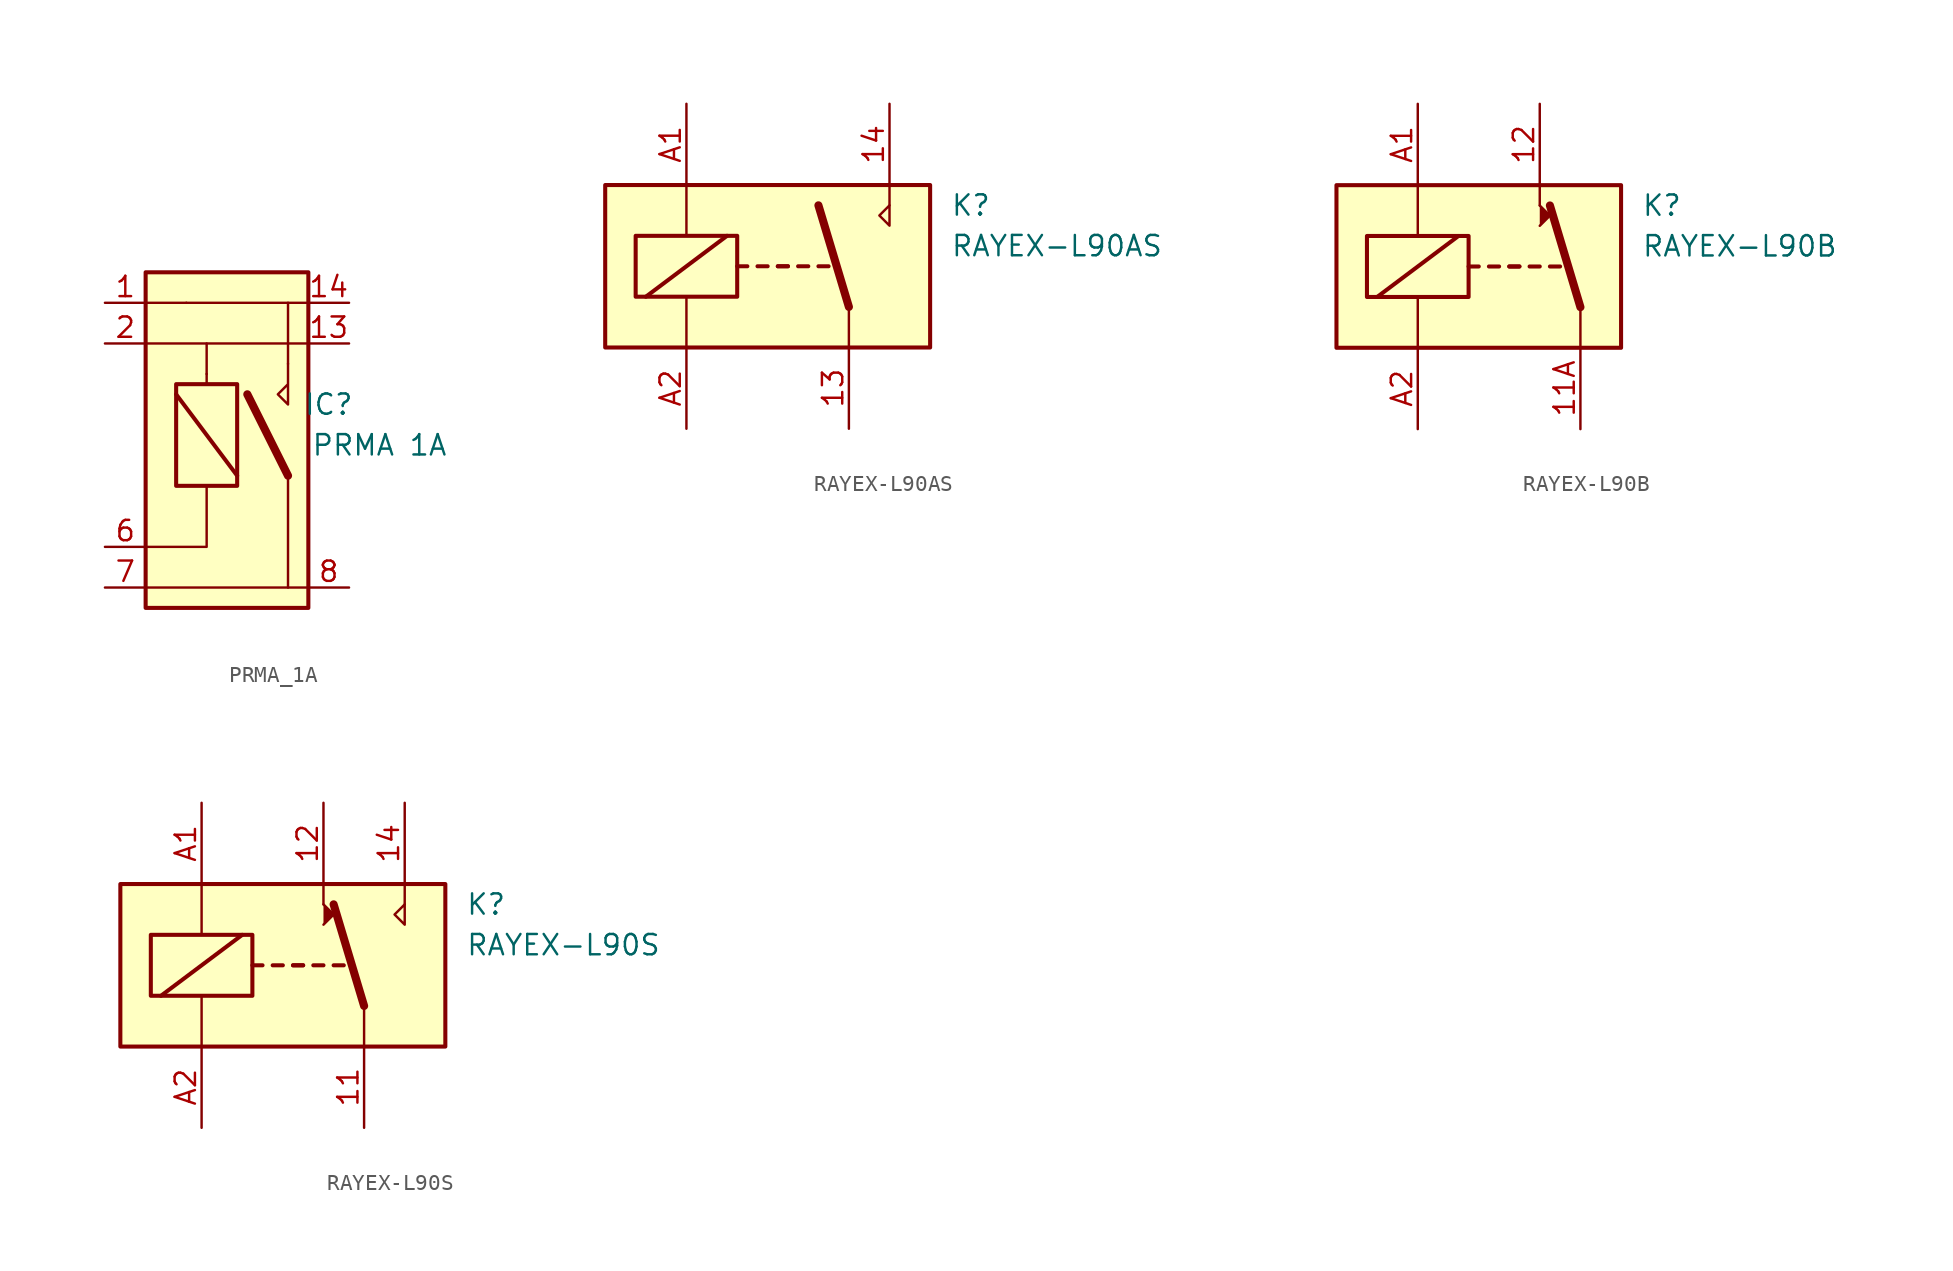
<source format=kicad_sym>
(kicad_symbol_lib
  (version 20231120)
  (generator "kicad_symbol_editor")
  (generator_version "8.0")
  (symbol "PRMA_1A"
    (property "Reference" "IC"
      (at 6.35 1.27 0)
      (effects (font (size 1.27 1.27))))
    (property "Value" "PRMA 1A"
      (at 9.525 -1.27 0)
      (effects (font (size 1.27 1.27))))
    (symbol "PRMA_1A_0_0"
      (polyline (pts (xy 3.81 3.81) (xy 3.81 1.27) (xy 3.175 1.905) (xy 3.81 2.54)) (stroke (width 0) (type default)) (fill (type none))))
    (symbol "PRMA_1A_0_1"
      (rectangle (start -5.08 9.525) (end 5.08 -11.43) (stroke (width 0.254) (type default)) (fill (type background)))
      (polyline (pts (xy -5.08 -10.16) (xy 5.08 -10.16)) (stroke (width 0) (type default)) (fill (type none)))
      (polyline (pts (xy -3.175 1.905) (xy 0.635 -3.175)) (stroke (width 0.254) (type default)) (fill (type none)))
      (polyline (pts (xy -2.54 7.62) (xy -5.08 7.62)) (stroke (width 0) (type default)) (fill (type none)))
      (polyline (pts (xy -2.54 7.62) (xy 5.08 7.62)) (stroke (width 0) (type default)) (fill (type none)))
      (polyline (pts (xy -1.27 3.175) (xy -1.27 2.54)) (stroke (width 0) (type default)) (fill (type none)))
      (polyline (pts (xy -1.27 5.08) (xy 5.08 5.08)) (stroke (width 0) (type default)) (fill (type none)))
      (polyline (pts (xy 3.81 -3.175) (xy 1.27 1.905)) (stroke (width 0.508) (type default)) (fill (type none)))
      (polyline (pts (xy 3.81 -3.175) (xy 3.81 -10.16)) (stroke (width 0) (type default)) (fill (type none)))
      (polyline (pts (xy 3.81 3.81) (xy 3.81 7.62)) (stroke (width 0) (type default)) (fill (type none)))
      (polyline (pts (xy -1.27 -3.81) (xy -1.27 -7.62) (xy -5.08 -7.62)) (stroke (width 0) (type default)) (fill (type none)))
      (polyline (pts (xy -1.27 3.175) (xy -1.27 5.08) (xy -5.08 5.08)) (stroke (width 0) (type default)) (fill (type none)))
      (rectangle (start 0.635 2.54) (end -3.175 -3.81) (stroke (width 0.254) (type default)) (fill (type none))))
    (symbol "PRMA_1A_1_1"
      (pin passive line (at -7.62 7.62 0) (length 2.54) (name "~" (effects (font (size 1.27 1.27)))) (number "1" (effects (font (size 1.27 1.27)))))
      (pin passive line (at 7.62 5.08 180) (length 2.54) (name "~" (effects (font (size 1.27 1.27)))) (number "13" (effects (font (size 1.27 1.27)))))
      (pin passive line (at 7.62 7.62 180) (length 2.54) (name "~" (effects (font (size 1.27 1.27)))) (number "14" (effects (font (size 1.27 1.27)))))
      (pin passive line (at 7.62 10.16 180) (length 2.54) hide (name "~" (effects (font (size 1.27 1.27)))) (number "14" (effects (font (size 1.27 1.27)))))
      (pin passive line (at -7.62 5.08 0) (length 2.54) (name "~" (effects (font (size 1.27 1.27)))) (number "2" (effects (font (size 1.27 1.27)))))
      (pin passive line (at -7.62 -7.62 0) (length 2.54) (name "~" (effects (font (size 1.27 1.27)))) (number "6" (effects (font (size 1.27 1.27)))))
      (pin passive line (at -7.62 -10.16 0) (length 2.54) (name "~" (effects (font (size 1.27 1.27)))) (number "7" (effects (font (size 1.27 1.27)))))
      (pin passive line (at -1.27 19.05 180) (length 2.54) hide (name "~" (effects (font (size 1.27 1.27)))) (number "8" (effects (font (size 1.27 1.27)))))
      (pin passive line (at 7.62 -10.16 180) (length 2.54) (name "~" (effects (font (size 1.27 1.27)))) (number "8" (effects (font (size 1.27 1.27)))))))
  (symbol "RAYEX-L90AS"
    (property "Reference" "K"
      (at 11.43 3.81 0)
      (effects (font (size 1.27 1.27)) (justify left)))
    (property "Value" "RAYEX-L90AS"
      (at 11.43 1.27 0)
      (effects (font (size 1.27 1.27)) (justify left)))
    (symbol "RAYEX-L90AS_1_0"
      (polyline (pts (xy 7.62 3.81) (xy 7.62 5.08)) (stroke (width 0) (type default)) (fill (type none)))
      (polyline (pts (xy 7.62 3.81) (xy 7.62 2.54) (xy 6.985 3.175) (xy 7.62 3.81)) (stroke (width 0) (type default)) (fill (type none))))
    (symbol "RAYEX-L90AS_1_1"
      (rectangle (start -10.16 5.08) (end 10.16 -5.08) (stroke (width 0.254) (type default)) (fill (type background)))
      (rectangle (start -8.255 1.905) (end -1.905 -1.905) (stroke (width 0.254) (type default)) (fill (type none)))
      (polyline (pts (xy -7.62 -1.905) (xy -2.54 1.905)) (stroke (width 0.254) (type default)) (fill (type none)))
      (polyline (pts (xy -5.08 -5.08) (xy -5.08 -1.905)) (stroke (width 0) (type default)) (fill (type none)))
      (polyline (pts (xy -5.08 5.08) (xy -5.08 1.905)) (stroke (width 0) (type default)) (fill (type none)))
      (polyline (pts (xy -1.905 0) (xy -1.27 0)) (stroke (width 0.254) (type default)) (fill (type none)))
      (polyline (pts (xy -0.635 0) (xy 0 0)) (stroke (width 0.254) (type default)) (fill (type none)))
      (polyline (pts (xy 0.635 0) (xy 1.27 0)) (stroke (width 0.254) (type default)) (fill (type none)))
      (polyline (pts (xy 0.635 0) (xy 1.27 0)) (stroke (width 0.254) (type default)) (fill (type none)))
      (polyline (pts (xy 1.905 0) (xy 2.54 0)) (stroke (width 0.254) (type default)) (fill (type none)))
      (polyline (pts (xy 3.175 0) (xy 3.81 0)) (stroke (width 0.254) (type default)) (fill (type none)))
      (polyline (pts (xy 5.08 -2.54) (xy 3.175 3.81)) (stroke (width 0.508) (type default)) (fill (type none)))
      (polyline (pts (xy 5.08 -2.54) (xy 5.08 -5.08)) (stroke (width 0) (type default)) (fill (type none)))
      (pin passive line (at 5.08 -10.16 90) (length 5.08) (name "~" (effects (font (size 1.27 1.27)))) (number "13" (effects (font (size 1.27 1.27)))))
      (pin passive line (at 7.62 10.16 270) (length 5.08) (name "~" (effects (font (size 1.27 1.27)))) (number "14" (effects (font (size 1.27 1.27)))))
      (pin passive line (at -5.08 10.16 270) (length 5.08) (name "~" (effects (font (size 1.27 1.27)))) (number "A1" (effects (font (size 1.27 1.27)))))
      (pin passive line (at -5.08 -10.16 90) (length 5.08) (name "~" (effects (font (size 1.27 1.27)))) (number "A2" (effects (font (size 1.27 1.27)))))))
  (symbol "RAYEX-L90B"
    (property "Reference" "K"
      (at 8.89 3.81 0)
      (effects (font (size 1.27 1.27)) (justify left)))
    (property "Value" "RAYEX-L90B"
      (at 8.89 1.27 0)
      (effects (font (size 1.27 1.27)) (justify left)))
    (symbol "RAYEX-L90B_1_0"
      (polyline (pts (xy 2.54 3.81) (xy 2.54 5.08)) (stroke (width 0) (type default)) (fill (type none))))
    (symbol "RAYEX-L90B_1_1"
      (rectangle (start -10.16 5.08) (end 7.62 -5.08) (stroke (width 0.254) (type default)) (fill (type background)))
      (rectangle (start -8.255 1.905) (end -1.905 -1.905) (stroke (width 0.254) (type default)) (fill (type none)))
      (polyline (pts (xy -7.62 -1.905) (xy -2.54 1.905)) (stroke (width 0.254) (type default)) (fill (type none)))
      (polyline (pts (xy -5.08 -5.08) (xy -5.08 -1.905)) (stroke (width 0) (type default)) (fill (type none)))
      (polyline (pts (xy -5.08 5.08) (xy -5.08 1.905)) (stroke (width 0) (type default)) (fill (type none)))
      (polyline (pts (xy -1.905 0) (xy -1.27 0)) (stroke (width 0.254) (type default)) (fill (type none)))
      (polyline (pts (xy -0.635 0) (xy 0 0)) (stroke (width 0.254) (type default)) (fill (type none)))
      (polyline (pts (xy 0.635 0) (xy 1.27 0)) (stroke (width 0.254) (type default)) (fill (type none)))
      (polyline (pts (xy 0.635 0) (xy 1.27 0)) (stroke (width 0.254) (type default)) (fill (type none)))
      (polyline (pts (xy 1.905 0) (xy 2.54 0)) (stroke (width 0.254) (type default)) (fill (type none)))
      (polyline (pts (xy 3.175 0) (xy 3.81 0)) (stroke (width 0.254) (type default)) (fill (type none)))
      (polyline (pts (xy 5.08 -2.54) (xy 3.175 3.81)) (stroke (width 0.508) (type default)) (fill (type none)))
      (polyline (pts (xy 5.08 -2.54) (xy 5.08 -5.08)) (stroke (width 0) (type default)) (fill (type none)))
      (polyline (pts (xy 2.54 2.54) (xy 3.175 3.175) (xy 2.54 3.81)) (stroke (width 0) (type default)) (fill (type outline)))
      (pin passive line (at 5.08 -10.16 90) (length 5.08) (name "~" (effects (font (size 1.27 1.27)))) (number "11A" (effects (font (size 1.27 1.27)))))
      (pin passive line (at 5.08 -10.16 90) (length 5.08) hide (name "~" (effects (font (size 1.27 1.27)))) (number "11B" (effects (font (size 1.27 1.27)))))
      (pin passive line (at 2.54 10.16 270) (length 5.08) (name "~" (effects (font (size 1.27 1.27)))) (number "12" (effects (font (size 1.27 1.27)))))
      (pin passive line (at -5.08 10.16 270) (length 5.08) (name "~" (effects (font (size 1.27 1.27)))) (number "A1" (effects (font (size 1.27 1.27)))))
      (pin passive line (at -5.08 -10.16 90) (length 5.08) (name "~" (effects (font (size 1.27 1.27)))) (number "A2" (effects (font (size 1.27 1.27)))))))
  (symbol "RAYEX-L90S"
    (property "Reference" "K"
      (at 11.43 3.81 0)
      (effects (font (size 1.27 1.27)) (justify left)))
    (property "Value" "RAYEX-L90S"
      (at 11.43 1.27 0)
      (effects (font (size 1.27 1.27)) (justify left)))
    (symbol "RAYEX-L90S_1_0"
      (polyline (pts (xy 2.54 3.81) (xy 2.54 5.08)) (stroke (width 0) (type default)) (fill (type none)))
      (polyline (pts (xy 7.62 3.81) (xy 7.62 5.08)) (stroke (width 0) (type default)) (fill (type none)))
      (polyline (pts (xy 7.62 3.81) (xy 7.62 2.54) (xy 6.985 3.175) (xy 7.62 3.81)) (stroke (width 0) (type default)) (fill (type none))))
    (symbol "RAYEX-L90S_1_1"
      (rectangle (start -10.16 5.08) (end 10.16 -5.08) (stroke (width 0.254) (type default)) (fill (type background)))
      (rectangle (start -8.255 1.905) (end -1.905 -1.905) (stroke (width 0.254) (type default)) (fill (type none)))
      (polyline (pts (xy -7.62 -1.905) (xy -2.54 1.905)) (stroke (width 0.254) (type default)) (fill (type none)))
      (polyline (pts (xy -5.08 -5.08) (xy -5.08 -1.905)) (stroke (width 0) (type default)) (fill (type none)))
      (polyline (pts (xy -5.08 5.08) (xy -5.08 1.905)) (stroke (width 0) (type default)) (fill (type none)))
      (polyline (pts (xy -1.905 0) (xy -1.27 0)) (stroke (width 0.254) (type default)) (fill (type none)))
      (polyline (pts (xy -0.635 0) (xy 0 0)) (stroke (width 0.254) (type default)) (fill (type none)))
      (polyline (pts (xy 0.635 0) (xy 1.27 0)) (stroke (width 0.254) (type default)) (fill (type none)))
      (polyline (pts (xy 0.635 0) (xy 1.27 0)) (stroke (width 0.254) (type default)) (fill (type none)))
      (polyline (pts (xy 1.905 0) (xy 2.54 0)) (stroke (width 0.254) (type default)) (fill (type none)))
      (polyline (pts (xy 3.175 0) (xy 3.81 0)) (stroke (width 0.254) (type default)) (fill (type none)))
      (polyline (pts (xy 5.08 -2.54) (xy 3.175 3.81)) (stroke (width 0.508) (type default)) (fill (type none)))
      (polyline (pts (xy 5.08 -2.54) (xy 5.08 -5.08)) (stroke (width 0) (type default)) (fill (type none)))
      (polyline (pts (xy 2.54 2.54) (xy 3.175 3.175) (xy 2.54 3.81)) (stroke (width 0) (type default)) (fill (type outline)))
      (pin passive line (at 5.08 -10.16 90) (length 5.08) (name "~" (effects (font (size 1.27 1.27)))) (number "11" (effects (font (size 1.27 1.27)))))
      (pin passive line (at 2.54 10.16 270) (length 5.08) (name "~" (effects (font (size 1.27 1.27)))) (number "12" (effects (font (size 1.27 1.27)))))
      (pin passive line (at 7.62 10.16 270) (length 5.08) (name "~" (effects (font (size 1.27 1.27)))) (number "14" (effects (font (size 1.27 1.27)))))
      (pin passive line (at -5.08 10.16 270) (length 5.08) (name "~" (effects (font (size 1.27 1.27)))) (number "A1" (effects (font (size 1.27 1.27)))))
      (pin passive line (at -5.08 -10.16 90) (length 5.08) (name "~" (effects (font (size 1.27 1.27)))) (number "A2" (effects (font (size 1.27 1.27))))))))
</source>
